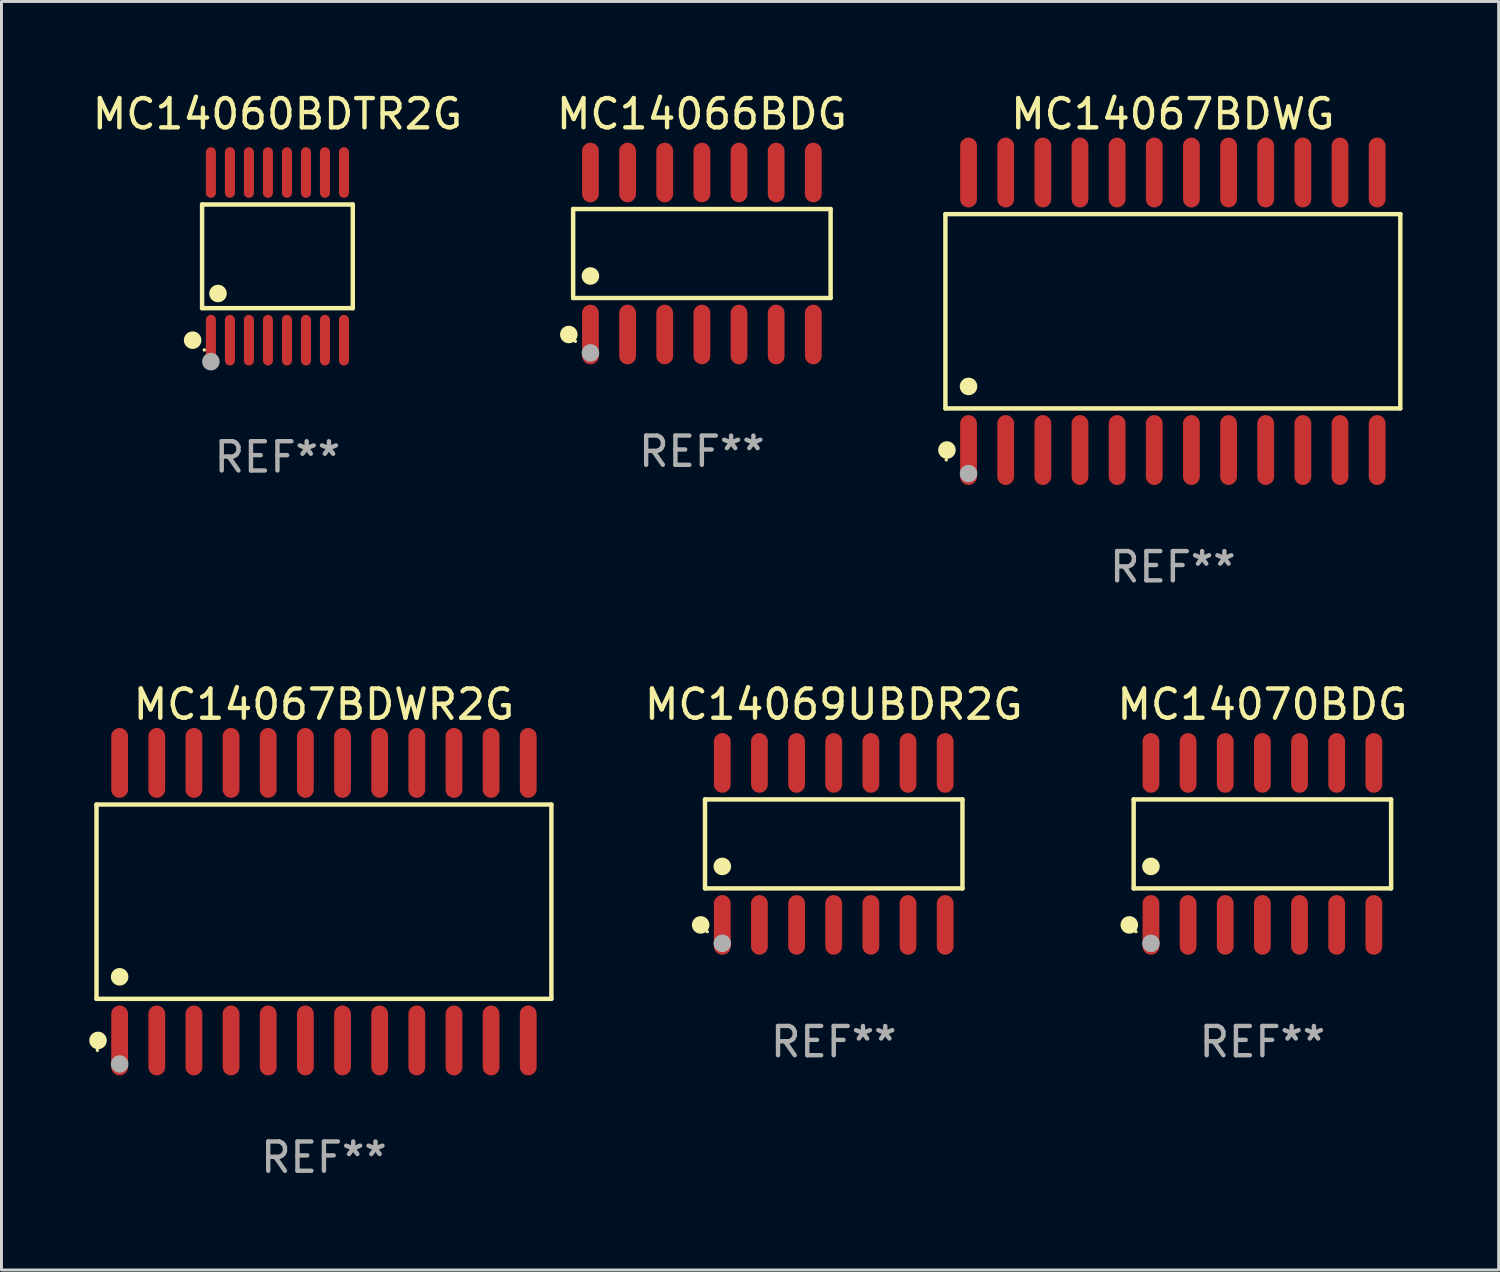
<source format=kicad_pcb>
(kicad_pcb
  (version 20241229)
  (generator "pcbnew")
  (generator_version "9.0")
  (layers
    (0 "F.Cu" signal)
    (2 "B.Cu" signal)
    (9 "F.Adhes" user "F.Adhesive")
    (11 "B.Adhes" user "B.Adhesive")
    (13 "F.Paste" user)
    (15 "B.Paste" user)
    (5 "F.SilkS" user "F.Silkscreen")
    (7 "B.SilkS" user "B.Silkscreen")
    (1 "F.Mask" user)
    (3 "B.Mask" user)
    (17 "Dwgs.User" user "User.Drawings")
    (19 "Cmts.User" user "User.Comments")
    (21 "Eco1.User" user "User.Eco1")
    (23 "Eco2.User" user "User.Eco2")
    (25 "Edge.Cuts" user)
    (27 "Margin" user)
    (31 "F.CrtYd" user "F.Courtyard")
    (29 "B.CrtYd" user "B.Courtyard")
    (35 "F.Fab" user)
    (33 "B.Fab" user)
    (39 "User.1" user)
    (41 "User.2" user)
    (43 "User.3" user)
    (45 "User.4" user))
  (footprint "MC14067BDWR2G"
    (layer "F.Cu")
    (at 8.025 27.777)
    (property "Reference" "MC14067BDWR2G" (at 0 -6.744 0) (layer "F.SilkS") (effects (font (size 1 1) (thickness 0.15))))
    (attr through_hole)
    (fp_line (start -7.776 -3.321) (end 7.776 -3.321) (stroke (width 0.152) (type solid)) (layer "F.SilkS"))
    (fp_line (start -7.776 3.321) (end -7.776 -3.321) (stroke (width 0.152) (type solid)) (layer "F.SilkS"))
    (fp_line (start 7.776 -3.321) (end 7.776 3.321) (stroke (width 0.152) (type solid)) (layer "F.SilkS"))
    (fp_line (start 7.776 3.321) (end -7.776 3.321) (stroke (width 0.152) (type solid)) (layer "F.SilkS"))
    (fp_circle (center -7.747 5.08) (end -7.717 5.08) (stroke (width 0.06) (type solid)) (fill no) (layer "F.SilkS"))
    (fp_circle (center -7.724 4.744) (end -7.574 4.744) (stroke (width 0.3) (type solid)) (fill no) (layer "F.SilkS"))
    (fp_circle (center -6.985 2.569) (end -6.835 2.569) (stroke (width 0.3) (type solid)) (fill no) (layer "F.SilkS"))
    (fp_circle (center -6.985 5.55) (end -6.835 5.55) (stroke (width 0.3) (type solid)) (fill no) (layer "F.Fab"))
    (fp_text user "REF**" (at 0 8.744 0) (layer "F.Fab") (effects (font (size 1 1) (thickness 0.15))))
    (pad "1" smd oval (at -6.985 4.744) (size 0.574 2.388) (layers "F.Cu" "F.Mask" "F.Paste"))
    (pad "2" smd oval (at -5.715 4.744) (size 0.574 2.388) (layers "F.Cu" "F.Mask" "F.Paste"))
    (pad "3" smd oval (at -4.445 4.744) (size 0.574 2.388) (layers "F.Cu" "F.Mask" "F.Paste"))
    (pad "4" smd oval (at -3.175 4.744) (size 0.574 2.388) (layers "F.Cu" "F.Mask" "F.Paste"))
    (pad "5" smd oval (at -1.905 4.744) (size 0.574 2.388) (layers "F.Cu" "F.Mask" "F.Paste"))
    (pad "6" smd oval (at -0.635 4.744) (size 0.574 2.388) (layers "F.Cu" "F.Mask" "F.Paste"))
    (pad "7" smd oval (at 0.635 4.744) (size 0.574 2.388) (layers "F.Cu" "F.Mask" "F.Paste"))
    (pad "8" smd oval (at 1.905 4.744) (size 0.574 2.388) (layers "F.Cu" "F.Mask" "F.Paste"))
    (pad "9" smd oval (at 3.175 4.744) (size 0.574 2.388) (layers "F.Cu" "F.Mask" "F.Paste"))
    (pad "10" smd oval (at 4.445 4.744) (size 0.574 2.388) (layers "F.Cu" "F.Mask" "F.Paste"))
    (pad "11" smd oval (at 5.715 4.744) (size 0.574 2.388) (layers "F.Cu" "F.Mask" "F.Paste"))
    (pad "12" smd oval (at 6.985 4.744) (size 0.574 2.388) (layers "F.Cu" "F.Mask" "F.Paste"))
    (pad "13" smd oval (at 6.985 -4.744) (size 0.574 2.388) (layers "F.Cu" "F.Mask" "F.Paste"))
    (pad "14" smd oval (at 5.715 -4.744) (size 0.574 2.388) (layers "F.Cu" "F.Mask" "F.Paste"))
    (pad "15" smd oval (at 4.445 -4.744) (size 0.574 2.388) (layers "F.Cu" "F.Mask" "F.Paste"))
    (pad "16" smd oval (at 3.175 -4.744) (size 0.574 2.388) (layers "F.Cu" "F.Mask" "F.Paste"))
    (pad "17" smd oval (at 1.905 -4.744) (size 0.574 2.388) (layers "F.Cu" "F.Mask" "F.Paste"))
    (pad "18" smd oval (at 0.635 -4.744) (size 0.574 2.388) (layers "F.Cu" "F.Mask" "F.Paste"))
    (pad "19" smd oval (at -0.635 -4.744) (size 0.574 2.388) (layers "F.Cu" "F.Mask" "F.Paste"))
    (pad "20" smd oval (at -1.905 -4.744) (size 0.574 2.388) (layers "F.Cu" "F.Mask" "F.Paste"))
    (pad "21" smd oval (at -3.175 -4.744) (size 0.574 2.388) (layers "F.Cu" "F.Mask" "F.Paste"))
    (pad "22" smd oval (at -4.445 -4.744) (size 0.574 2.388) (layers "F.Cu" "F.Mask" "F.Paste"))
    (pad "23" smd oval (at -5.715 -4.744) (size 0.574 2.388) (layers "F.Cu" "F.Mask" "F.Paste"))
    (pad "24" smd oval (at -6.985 -4.744) (size 0.574 2.388) (layers "F.Cu" "F.Mask" "F.Paste")))
  (footprint "MC14060BDTR2G"
    (layer "F.Cu")
    (at 6.435 5.714)
    (property "Reference" "MC14060BDTR2G" (at 0 -4.866 0) (layer "F.SilkS") (effects (font (size 1 1) (thickness 0.15))))
    (attr through_hole)
    (fp_line (start -2.576 -1.772) (end 2.576 -1.772) (stroke (width 0.152) (type solid)) (layer "F.SilkS"))
    (fp_line (start -2.576 1.771) (end -2.576 -1.772) (stroke (width 0.152) (type solid)) (layer "F.SilkS"))
    (fp_line (start 2.576 -1.772) (end 2.576 1.771) (stroke (width 0.152) (type solid)) (layer "F.SilkS"))
    (fp_line (start 2.576 1.771) (end -2.576 1.771) (stroke (width 0.152) (type solid)) (layer "F.SilkS"))
    (fp_circle (center -2.899 2.866) (end -2.749 2.866) (stroke (width 0.3) (type solid)) (fill no) (layer "F.SilkS"))
    (fp_circle (center -2.5 3.2) (end -2.47 3.2) (stroke (width 0.06) (type solid)) (fill no) (layer "F.SilkS"))
    (fp_circle (center -2.032 1.27) (end -1.882 1.27) (stroke (width 0.3) (type solid)) (fill no) (layer "F.SilkS"))
    (fp_circle (center -2.275 3.6) (end -2.125 3.6) (stroke (width 0.3) (type solid)) (fill no) (layer "F.Fab"))
    (fp_text user "REF**" (at 0 6.866 0) (layer "F.Fab") (effects (font (size 1 1) (thickness 0.15))))
    (pad "1" smd oval (at -2.275 2.866) (size 0.343 1.731) (layers "F.Cu" "F.Mask" "F.Paste"))
    (pad "2" smd oval (at -1.625 2.866) (size 0.343 1.731) (layers "F.Cu" "F.Mask" "F.Paste"))
    (pad "3" smd oval (at -0.975 2.866) (size 0.343 1.731) (layers "F.Cu" "F.Mask" "F.Paste"))
    (pad "4" smd oval (at -0.325 2.866) (size 0.343 1.731) (layers "F.Cu" "F.Mask" "F.Paste"))
    (pad "5" smd oval (at 0.325 2.866) (size 0.343 1.731) (layers "F.Cu" "F.Mask" "F.Paste"))
    (pad "6" smd oval (at 0.975 2.866) (size 0.343 1.731) (layers "F.Cu" "F.Mask" "F.Paste"))
    (pad "7" smd oval (at 1.625 2.866) (size 0.343 1.731) (layers "F.Cu" "F.Mask" "F.Paste"))
    (pad "8" smd oval (at 2.275 2.866) (size 0.343 1.731) (layers "F.Cu" "F.Mask" "F.Paste"))
    (pad "9" smd oval (at 2.275 -2.866) (size 0.343 1.731) (layers "F.Cu" "F.Mask" "F.Paste"))
    (pad "10" smd oval (at 1.625 -2.866) (size 0.343 1.731) (layers "F.Cu" "F.Mask" "F.Paste"))
    (pad "11" smd oval (at 0.975 -2.866) (size 0.343 1.731) (layers "F.Cu" "F.Mask" "F.Paste"))
    (pad "12" smd oval (at 0.325 -2.866) (size 0.343 1.731) (layers "F.Cu" "F.Mask" "F.Paste"))
    (pad "13" smd oval (at -0.325 -2.866) (size 0.343 1.731) (layers "F.Cu" "F.Mask" "F.Paste"))
    (pad "14" smd oval (at -0.975 -2.866) (size 0.343 1.731) (layers "F.Cu" "F.Mask" "F.Paste"))
    (pad "15" smd oval (at -1.625 -2.866) (size 0.343 1.731) (layers "F.Cu" "F.Mask" "F.Paste"))
    (pad "16" smd oval (at -2.275 -2.866) (size 0.343 1.731) (layers "F.Cu" "F.Mask" "F.Paste")))
  (footprint "MC14070BDG"
    (layer "F.Cu")
    (at 40.109 25.802)
    (property "Reference" "MC14070BDG" (at 0 -4.769 0) (layer "F.SilkS") (effects (font (size 1 1) (thickness 0.15))))
    (attr through_hole)
    (fp_line (start -4.401 -1.521) (end 4.401 -1.521) (stroke (width 0.152) (type solid)) (layer "F.SilkS"))
    (fp_line (start -4.401 1.521) (end -4.401 -1.521) (stroke (width 0.152) (type solid)) (layer "F.SilkS"))
    (fp_line (start 4.401 -1.521) (end 4.401 1.521) (stroke (width 0.152) (type solid)) (layer "F.SilkS"))
    (fp_line (start 4.401 1.521) (end -4.401 1.521) (stroke (width 0.152) (type solid)) (layer "F.SilkS"))
    (fp_circle (center -4.549 2.769) (end -4.399 2.769) (stroke (width 0.3) (type solid)) (fill no) (layer "F.SilkS"))
    (fp_circle (center -4.325 3) (end -4.295 3) (stroke (width 0.06) (type solid)) (fill no) (layer "F.SilkS"))
    (fp_circle (center -3.81 0.769) (end -3.66 0.769) (stroke (width 0.3) (type solid)) (fill no) (layer "F.SilkS"))
    (fp_circle (center -3.81 3.4) (end -3.66 3.4) (stroke (width 0.3) (type solid)) (fill no) (layer "F.Fab"))
    (fp_text user "REF**" (at 0 6.769 0) (layer "F.Fab") (effects (font (size 1 1) (thickness 0.15))))
    (pad "1" smd oval (at -3.81 2.769) (size 0.574 2.038) (layers "F.Cu" "F.Mask" "F.Paste"))
    (pad "2" smd oval (at -2.54 2.769) (size 0.574 2.038) (layers "F.Cu" "F.Mask" "F.Paste"))
    (pad "3" smd oval (at -1.27 2.769) (size 0.574 2.038) (layers "F.Cu" "F.Mask" "F.Paste"))
    (pad "4" smd oval (at 0 2.769) (size 0.574 2.038) (layers "F.Cu" "F.Mask" "F.Paste"))
    (pad "5" smd oval (at 1.27 2.769) (size 0.574 2.038) (layers "F.Cu" "F.Mask" "F.Paste"))
    (pad "6" smd oval (at 2.54 2.769) (size 0.574 2.038) (layers "F.Cu" "F.Mask" "F.Paste"))
    (pad "7" smd oval (at 3.81 2.769) (size 0.574 2.038) (layers "F.Cu" "F.Mask" "F.Paste"))
    (pad "8" smd oval (at 3.81 -2.769) (size 0.574 2.038) (layers "F.Cu" "F.Mask" "F.Paste"))
    (pad "9" smd oval (at 2.54 -2.769) (size 0.574 2.038) (layers "F.Cu" "F.Mask" "F.Paste"))
    (pad "10" smd oval (at 1.27 -2.769) (size 0.574 2.038) (layers "F.Cu" "F.Mask" "F.Paste"))
    (pad "11" smd oval (at 0 -2.769) (size 0.574 2.038) (layers "F.Cu" "F.Mask" "F.Paste"))
    (pad "12" smd oval (at -1.27 -2.769) (size 0.574 2.038) (layers "F.Cu" "F.Mask" "F.Paste"))
    (pad "13" smd oval (at -2.54 -2.769) (size 0.574 2.038) (layers "F.Cu" "F.Mask" "F.Paste"))
    (pad "14" smd oval (at -3.81 -2.769) (size 0.574 2.038) (layers "F.Cu" "F.Mask" "F.Paste")))
  (footprint "MC14066BDG"
    (layer "F.Cu")
    (at 20.946 5.617)
    (property "Reference" "MC14066BDG" (at 0 -4.769 0) (layer "F.SilkS") (effects (font (size 1 1) (thickness 0.15))))
    (attr through_hole)
    (fp_line (start -4.401 -1.521) (end 4.401 -1.521) (stroke (width 0.152) (type solid)) (layer "F.SilkS"))
    (fp_line (start -4.401 1.521) (end -4.401 -1.521) (stroke (width 0.152) (type solid)) (layer "F.SilkS"))
    (fp_line (start 4.401 -1.521) (end 4.401 1.521) (stroke (width 0.152) (type solid)) (layer "F.SilkS"))
    (fp_line (start 4.401 1.521) (end -4.401 1.521) (stroke (width 0.152) (type solid)) (layer "F.SilkS"))
    (fp_circle (center -4.549 2.769) (end -4.399 2.769) (stroke (width 0.3) (type solid)) (fill no) (layer "F.SilkS"))
    (fp_circle (center -4.325 3) (end -4.295 3) (stroke (width 0.06) (type solid)) (fill no) (layer "F.SilkS"))
    (fp_circle (center -3.81 0.769) (end -3.66 0.769) (stroke (width 0.3) (type solid)) (fill no) (layer "F.SilkS"))
    (fp_circle (center -3.81 3.4) (end -3.66 3.4) (stroke (width 0.3) (type solid)) (fill no) (layer "F.Fab"))
    (fp_text user "REF**" (at 0 6.769 0) (layer "F.Fab") (effects (font (size 1 1) (thickness 0.15))))
    (pad "1" smd oval (at -3.81 2.769) (size 0.574 2.038) (layers "F.Cu" "F.Mask" "F.Paste"))
    (pad "2" smd oval (at -2.54 2.769) (size 0.574 2.038) (layers "F.Cu" "F.Mask" "F.Paste"))
    (pad "3" smd oval (at -1.27 2.769) (size 0.574 2.038) (layers "F.Cu" "F.Mask" "F.Paste"))
    (pad "4" smd oval (at 0 2.769) (size 0.574 2.038) (layers "F.Cu" "F.Mask" "F.Paste"))
    (pad "5" smd oval (at 1.27 2.769) (size 0.574 2.038) (layers "F.Cu" "F.Mask" "F.Paste"))
    (pad "6" smd oval (at 2.54 2.769) (size 0.574 2.038) (layers "F.Cu" "F.Mask" "F.Paste"))
    (pad "7" smd oval (at 3.81 2.769) (size 0.574 2.038) (layers "F.Cu" "F.Mask" "F.Paste"))
    (pad "8" smd oval (at 3.81 -2.769) (size 0.574 2.038) (layers "F.Cu" "F.Mask" "F.Paste"))
    (pad "9" smd oval (at 2.54 -2.769) (size 0.574 2.038) (layers "F.Cu" "F.Mask" "F.Paste"))
    (pad "10" smd oval (at 1.27 -2.769) (size 0.574 2.038) (layers "F.Cu" "F.Mask" "F.Paste"))
    (pad "11" smd oval (at 0 -2.769) (size 0.574 2.038) (layers "F.Cu" "F.Mask" "F.Paste"))
    (pad "12" smd oval (at -1.27 -2.769) (size 0.574 2.038) (layers "F.Cu" "F.Mask" "F.Paste"))
    (pad "13" smd oval (at -2.54 -2.769) (size 0.574 2.038) (layers "F.Cu" "F.Mask" "F.Paste"))
    (pad "14" smd oval (at -3.81 -2.769) (size 0.574 2.038) (layers "F.Cu" "F.Mask" "F.Paste")))
  (footprint "MC14069UBDR2G"
    (layer "F.Cu")
    (at 25.454 25.802)
    (property "Reference" "MC14069UBDR2G" (at 0 -4.769 0) (layer "F.SilkS") (effects (font (size 1 1) (thickness 0.15))))
    (attr through_hole)
    (fp_line (start -4.401 -1.521) (end 4.401 -1.521) (stroke (width 0.152) (type solid)) (layer "F.SilkS"))
    (fp_line (start -4.401 1.521) (end -4.401 -1.521) (stroke (width 0.152) (type solid)) (layer "F.SilkS"))
    (fp_line (start 4.401 -1.521) (end 4.401 1.521) (stroke (width 0.152) (type solid)) (layer "F.SilkS"))
    (fp_line (start 4.401 1.521) (end -4.401 1.521) (stroke (width 0.152) (type solid)) (layer "F.SilkS"))
    (fp_circle (center -4.549 2.769) (end -4.399 2.769) (stroke (width 0.3) (type solid)) (fill no) (layer "F.SilkS"))
    (fp_circle (center -4.325 3) (end -4.295 3) (stroke (width 0.06) (type solid)) (fill no) (layer "F.SilkS"))
    (fp_circle (center -3.81 0.769) (end -3.66 0.769) (stroke (width 0.3) (type solid)) (fill no) (layer "F.SilkS"))
    (fp_circle (center -3.81 3.4) (end -3.66 3.4) (stroke (width 0.3) (type solid)) (fill no) (layer "F.Fab"))
    (fp_text user "REF**" (at 0 6.769 0) (layer "F.Fab") (effects (font (size 1 1) (thickness 0.15))))
    (pad "1" smd oval (at -3.81 2.769) (size 0.574 2.038) (layers "F.Cu" "F.Mask" "F.Paste"))
    (pad "2" smd oval (at -2.54 2.769) (size 0.574 2.038) (layers "F.Cu" "F.Mask" "F.Paste"))
    (pad "3" smd oval (at -1.27 2.769) (size 0.574 2.038) (layers "F.Cu" "F.Mask" "F.Paste"))
    (pad "4" smd oval (at 0 2.769) (size 0.574 2.038) (layers "F.Cu" "F.Mask" "F.Paste"))
    (pad "5" smd oval (at 1.27 2.769) (size 0.574 2.038) (layers "F.Cu" "F.Mask" "F.Paste"))
    (pad "6" smd oval (at 2.54 2.769) (size 0.574 2.038) (layers "F.Cu" "F.Mask" "F.Paste"))
    (pad "7" smd oval (at 3.81 2.769) (size 0.574 2.038) (layers "F.Cu" "F.Mask" "F.Paste"))
    (pad "8" smd oval (at 3.81 -2.769) (size 0.574 2.038) (layers "F.Cu" "F.Mask" "F.Paste"))
    (pad "9" smd oval (at 2.54 -2.769) (size 0.574 2.038) (layers "F.Cu" "F.Mask" "F.Paste"))
    (pad "10" smd oval (at 1.27 -2.769) (size 0.574 2.038) (layers "F.Cu" "F.Mask" "F.Paste"))
    (pad "11" smd oval (at 0 -2.769) (size 0.574 2.038) (layers "F.Cu" "F.Mask" "F.Paste"))
    (pad "12" smd oval (at -1.27 -2.769) (size 0.574 2.038) (layers "F.Cu" "F.Mask" "F.Paste"))
    (pad "13" smd oval (at -2.54 -2.769) (size 0.574 2.038) (layers "F.Cu" "F.Mask" "F.Paste"))
    (pad "14" smd oval (at -3.81 -2.769) (size 0.574 2.038) (layers "F.Cu" "F.Mask" "F.Paste")))
  (footprint "MC14067BDWG"
    (layer "F.Cu")
    (at 37.048 7.592)
    (property "Reference" "MC14067BDWG" (at 0 -6.744 0) (layer "F.SilkS") (effects (font (size 1 1) (thickness 0.15))))
    (attr through_hole)
    (fp_line (start -7.776 -3.321) (end 7.776 -3.321) (stroke (width 0.152) (type solid)) (layer "F.SilkS"))
    (fp_line (start -7.776 3.321) (end -7.776 -3.321) (stroke (width 0.152) (type solid)) (layer "F.SilkS"))
    (fp_line (start 7.776 -3.321) (end 7.776 3.321) (stroke (width 0.152) (type solid)) (layer "F.SilkS"))
    (fp_line (start 7.776 3.321) (end -7.776 3.321) (stroke (width 0.152) (type solid)) (layer "F.SilkS"))
    (fp_circle (center -7.747 5.08) (end -7.717 5.08) (stroke (width 0.06) (type solid)) (fill no) (layer "F.SilkS"))
    (fp_circle (center -7.724 4.744) (end -7.574 4.744) (stroke (width 0.3) (type solid)) (fill no) (layer "F.SilkS"))
    (fp_circle (center -6.985 2.569) (end -6.835 2.569) (stroke (width 0.3) (type solid)) (fill no) (layer "F.SilkS"))
    (fp_circle (center -6.985 5.55) (end -6.835 5.55) (stroke (width 0.3) (type solid)) (fill no) (layer "F.Fab"))
    (fp_text user "REF**" (at 0 8.744 0) (layer "F.Fab") (effects (font (size 1 1) (thickness 0.15))))
    (pad "1" smd oval (at -6.985 4.744) (size 0.574 2.388) (layers "F.Cu" "F.Mask" "F.Paste"))
    (pad "2" smd oval (at -5.715 4.744) (size 0.574 2.388) (layers "F.Cu" "F.Mask" "F.Paste"))
    (pad "3" smd oval (at -4.445 4.744) (size 0.574 2.388) (layers "F.Cu" "F.Mask" "F.Paste"))
    (pad "4" smd oval (at -3.175 4.744) (size 0.574 2.388) (layers "F.Cu" "F.Mask" "F.Paste"))
    (pad "5" smd oval (at -1.905 4.744) (size 0.574 2.388) (layers "F.Cu" "F.Mask" "F.Paste"))
    (pad "6" smd oval (at -0.635 4.744) (size 0.574 2.388) (layers "F.Cu" "F.Mask" "F.Paste"))
    (pad "7" smd oval (at 0.635 4.744) (size 0.574 2.388) (layers "F.Cu" "F.Mask" "F.Paste"))
    (pad "8" smd oval (at 1.905 4.744) (size 0.574 2.388) (layers "F.Cu" "F.Mask" "F.Paste"))
    (pad "9" smd oval (at 3.175 4.744) (size 0.574 2.388) (layers "F.Cu" "F.Mask" "F.Paste"))
    (pad "10" smd oval (at 4.445 4.744) (size 0.574 2.388) (layers "F.Cu" "F.Mask" "F.Paste"))
    (pad "11" smd oval (at 5.715 4.744) (size 0.574 2.388) (layers "F.Cu" "F.Mask" "F.Paste"))
    (pad "12" smd oval (at 6.985 4.744) (size 0.574 2.388) (layers "F.Cu" "F.Mask" "F.Paste"))
    (pad "13" smd oval (at 6.985 -4.744) (size 0.574 2.388) (layers "F.Cu" "F.Mask" "F.Paste"))
    (pad "14" smd oval (at 5.715 -4.744) (size 0.574 2.388) (layers "F.Cu" "F.Mask" "F.Paste"))
    (pad "15" smd oval (at 4.445 -4.744) (size 0.574 2.388) (layers "F.Cu" "F.Mask" "F.Paste"))
    (pad "16" smd oval (at 3.175 -4.744) (size 0.574 2.388) (layers "F.Cu" "F.Mask" "F.Paste"))
    (pad "17" smd oval (at 1.905 -4.744) (size 0.574 2.388) (layers "F.Cu" "F.Mask" "F.Paste"))
    (pad "18" smd oval (at 0.635 -4.744) (size 0.574 2.388) (layers "F.Cu" "F.Mask" "F.Paste"))
    (pad "19" smd oval (at -0.635 -4.744) (size 0.574 2.388) (layers "F.Cu" "F.Mask" "F.Paste"))
    (pad "20" smd oval (at -1.905 -4.744) (size 0.574 2.388) (layers "F.Cu" "F.Mask" "F.Paste"))
    (pad "21" smd oval (at -3.175 -4.744) (size 0.574 2.388) (layers "F.Cu" "F.Mask" "F.Paste"))
    (pad "22" smd oval (at -4.445 -4.744) (size 0.574 2.388) (layers "F.Cu" "F.Mask" "F.Paste"))
    (pad "23" smd oval (at -5.715 -4.744) (size 0.574 2.388) (layers "F.Cu" "F.Mask" "F.Paste"))
    (pad "24" smd oval (at -6.985 -4.744) (size 0.574 2.388) (layers "F.Cu" "F.Mask" "F.Paste")))
  (gr_rect
    (start -3 -3)
    (end 48.186 40.369)
    (stroke (width 0.1) (type default))
    (fill no)
    (layer "Edge.Cuts")))
</source>
